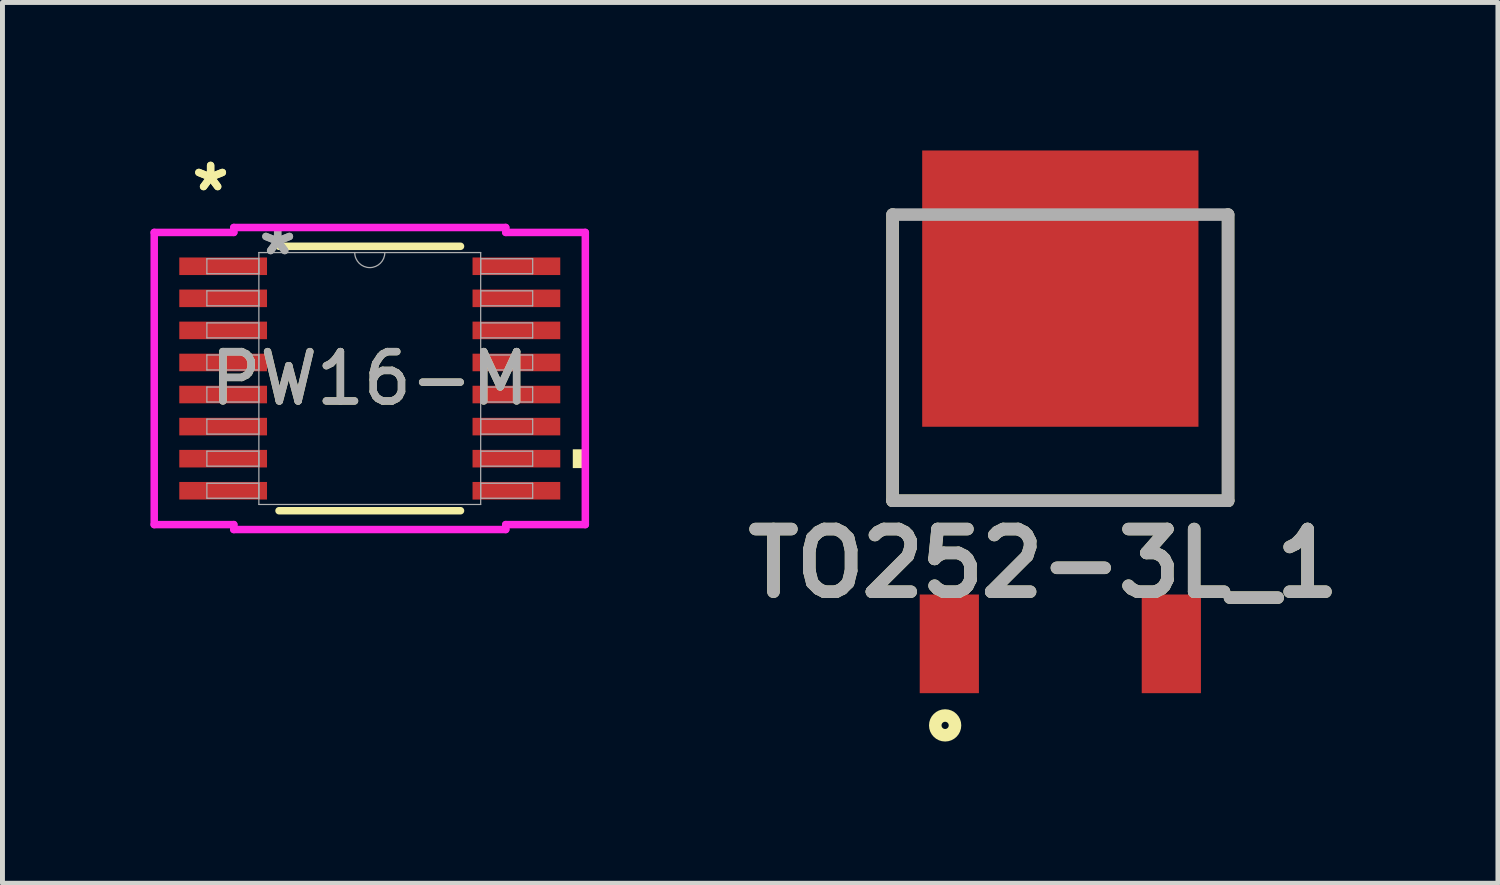
<source format=kicad_pcb>
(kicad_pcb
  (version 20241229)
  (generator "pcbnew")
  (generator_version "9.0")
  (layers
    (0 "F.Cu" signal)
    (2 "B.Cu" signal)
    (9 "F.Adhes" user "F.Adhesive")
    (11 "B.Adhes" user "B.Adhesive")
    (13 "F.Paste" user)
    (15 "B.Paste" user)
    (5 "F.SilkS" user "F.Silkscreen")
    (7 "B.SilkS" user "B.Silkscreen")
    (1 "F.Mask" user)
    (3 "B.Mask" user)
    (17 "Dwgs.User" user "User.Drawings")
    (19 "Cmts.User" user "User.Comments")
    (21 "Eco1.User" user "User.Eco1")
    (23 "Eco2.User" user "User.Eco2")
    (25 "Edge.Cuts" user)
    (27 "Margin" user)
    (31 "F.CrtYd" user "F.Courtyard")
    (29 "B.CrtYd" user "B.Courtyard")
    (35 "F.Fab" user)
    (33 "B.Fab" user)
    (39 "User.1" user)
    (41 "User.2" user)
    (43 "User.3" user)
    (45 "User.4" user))
  (footprint "TO252-3L_1"
    (layer "F.Cu")
    (at 18.442 1.3)
    (property "Reference" "TO252-3L_1" (at -0.341 7.069 0) (layer "F.SilkS") (effects (font (size 1.27 1.27) (thickness 0.254))))
    (attr smd)
    (fp_line (start -3.4 0) (end -3.4 5.8) (stroke (width 0.254) (type solid)) (layer "F.SilkS"))
    (fp_line (start -3.4 5.8) (end 3.4 5.8) (stroke (width 0.254) (type solid)) (layer "F.SilkS"))
    (fp_line (start 3.4 5.8) (end 3.4 0) (stroke (width 0.254) (type solid)) (layer "F.SilkS"))
    (fp_circle (center -2.335 10.353) (end -2.335 10.426) (stroke (width 0.254) (type solid)) (fill no) (layer "F.SilkS"))
    (fp_line (start -3.4 0) (end 3.4 0) (stroke (width 0.254) (type solid)) (layer "F.Fab"))
    (fp_line (start -3.4 5.8) (end -3.4 0) (stroke (width 0.254) (type solid)) (layer "F.Fab"))
    (fp_line (start 3.4 0) (end 3.4 5.8) (stroke (width 0.254) (type solid)) (layer "F.Fab"))
    (fp_line (start 3.4 5.8) (end -3.4 5.8) (stroke (width 0.254) (type solid)) (layer "F.Fab"))
    (fp_text user "${REFERENCE}" (at -0.341 7.069 0) (layer "F.Fab") (effects (font (size 1.27 1.27) (thickness 0.254))))
    (pad "1" smd rect (at -2.25 8.7) (size 1.2 2) (layers "F.Cu" "F.Mask" "F.Paste"))
    (pad "2" smd rect (at 2.25 8.7) (size 1.2 2) (layers "F.Cu" "F.Mask" "F.Paste"))
    (pad "3" smd rect (at 0 1.5 90) (size 5.6 5.6) (layers "F.Cu" "F.Mask" "F.Paste")))
  (footprint "PW16-M"
    (layer "F.Cu")
    (at 4.445 4.622)
    (property "Reference" "PW16-M" (at 0 0 0) (unlocked yes) (layer "F.SilkS") (effects (font (size 1 1) (thickness 0.15))))
    (attr smd)
    (fp_line (start -1.839 2.68) (end 1.839 2.68) (stroke (width 0.152) (type solid)) (layer "F.SilkS"))
    (fp_line (start 1.839 -2.68) (end -1.839 -2.68) (stroke (width 0.152) (type solid)) (layer "F.SilkS"))
    (fp_poly (pts (xy 4.369 1.435) (xy 4.369 1.816) (xy 4.115 1.816) (xy 4.115 1.435)) (stroke (width 0) (type solid)) (fill yes) (layer "F.SilkS"))
    (fp_line (start -4.369 -2.961) (end -2.756 -2.961) (stroke (width 0.152) (type solid)) (layer "F.CrtYd"))
    (fp_line (start -4.369 2.961) (end -4.369 -2.961) (stroke (width 0.152) (type solid)) (layer "F.CrtYd"))
    (fp_line (start -4.369 2.961) (end -2.756 2.961) (stroke (width 0.152) (type solid)) (layer "F.CrtYd"))
    (fp_line (start -2.756 -3.061) (end 2.756 -3.061) (stroke (width 0.152) (type solid)) (layer "F.CrtYd"))
    (fp_line (start -2.756 -2.961) (end -2.756 -3.061) (stroke (width 0.152) (type solid)) (layer "F.CrtYd"))
    (fp_line (start -2.756 3.061) (end -2.756 2.961) (stroke (width 0.152) (type solid)) (layer "F.CrtYd"))
    (fp_line (start 2.756 -3.061) (end 2.756 -2.961) (stroke (width 0.152) (type solid)) (layer "F.CrtYd"))
    (fp_line (start 2.756 2.961) (end 2.756 3.061) (stroke (width 0.152) (type solid)) (layer "F.CrtYd"))
    (fp_line (start 2.756 3.061) (end -2.756 3.061) (stroke (width 0.152) (type solid)) (layer "F.CrtYd"))
    (fp_line (start 4.369 -2.961) (end 2.756 -2.961) (stroke (width 0.152) (type solid)) (layer "F.CrtYd"))
    (fp_line (start 4.369 -2.961) (end 4.369 2.961) (stroke (width 0.152) (type solid)) (layer "F.CrtYd"))
    (fp_line (start 4.369 2.961) (end 2.756 2.961) (stroke (width 0.152) (type solid)) (layer "F.CrtYd"))
    (fp_line (start -3.302 -2.427) (end -3.302 -2.123) (stroke (width 0.025) (type solid)) (layer "F.Fab"))
    (fp_line (start -3.302 -2.123) (end -2.248 -2.123) (stroke (width 0.025) (type solid)) (layer "F.Fab"))
    (fp_line (start -3.302 -1.777) (end -3.302 -1.473) (stroke (width 0.025) (type solid)) (layer "F.Fab"))
    (fp_line (start -3.302 -1.473) (end -2.248 -1.473) (stroke (width 0.025) (type solid)) (layer "F.Fab"))
    (fp_line (start -3.302 -1.127) (end -3.302 -0.823) (stroke (width 0.025) (type solid)) (layer "F.Fab"))
    (fp_line (start -3.302 -0.823) (end -2.248 -0.823) (stroke (width 0.025) (type solid)) (layer "F.Fab"))
    (fp_line (start -3.302 -0.477) (end -3.302 -0.173) (stroke (width 0.025) (type solid)) (layer "F.Fab"))
    (fp_line (start -3.302 -0.173) (end -2.248 -0.173) (stroke (width 0.025) (type solid)) (layer "F.Fab"))
    (fp_line (start -3.302 0.173) (end -3.302 0.477) (stroke (width 0.025) (type solid)) (layer "F.Fab"))
    (fp_line (start -3.302 0.477) (end -2.248 0.477) (stroke (width 0.025) (type solid)) (layer "F.Fab"))
    (fp_line (start -3.302 0.823) (end -3.302 1.127) (stroke (width 0.025) (type solid)) (layer "F.Fab"))
    (fp_line (start -3.302 1.127) (end -2.248 1.127) (stroke (width 0.025) (type solid)) (layer "F.Fab"))
    (fp_line (start -3.302 1.473) (end -3.302 1.777) (stroke (width 0.025) (type solid)) (layer "F.Fab"))
    (fp_line (start -3.302 1.777) (end -2.248 1.777) (stroke (width 0.025) (type solid)) (layer "F.Fab"))
    (fp_line (start -3.302 2.123) (end -3.302 2.427) (stroke (width 0.025) (type solid)) (layer "F.Fab"))
    (fp_line (start -3.302 2.427) (end -2.248 2.427) (stroke (width 0.025) (type solid)) (layer "F.Fab"))
    (fp_line (start -2.248 -2.553) (end -2.248 2.553) (stroke (width 0.025) (type solid)) (layer "F.Fab"))
    (fp_line (start -2.248 -2.427) (end -3.302 -2.427) (stroke (width 0.025) (type solid)) (layer "F.Fab"))
    (fp_line (start -2.248 -2.123) (end -2.248 -2.427) (stroke (width 0.025) (type solid)) (layer "F.Fab"))
    (fp_line (start -2.248 -1.777) (end -3.302 -1.777) (stroke (width 0.025) (type solid)) (layer "F.Fab"))
    (fp_line (start -2.248 -1.473) (end -2.248 -1.777) (stroke (width 0.025) (type solid)) (layer "F.Fab"))
    (fp_line (start -2.248 -1.127) (end -3.302 -1.127) (stroke (width 0.025) (type solid)) (layer "F.Fab"))
    (fp_line (start -2.248 -0.823) (end -2.248 -1.127) (stroke (width 0.025) (type solid)) (layer "F.Fab"))
    (fp_line (start -2.248 -0.477) (end -3.302 -0.477) (stroke (width 0.025) (type solid)) (layer "F.Fab"))
    (fp_line (start -2.248 -0.173) (end -2.248 -0.477) (stroke (width 0.025) (type solid)) (layer "F.Fab"))
    (fp_line (start -2.248 0.173) (end -3.302 0.173) (stroke (width 0.025) (type solid)) (layer "F.Fab"))
    (fp_line (start -2.248 0.477) (end -2.248 0.173) (stroke (width 0.025) (type solid)) (layer "F.Fab"))
    (fp_line (start -2.248 0.823) (end -3.302 0.823) (stroke (width 0.025) (type solid)) (layer "F.Fab"))
    (fp_line (start -2.248 1.127) (end -2.248 0.823) (stroke (width 0.025) (type solid)) (layer "F.Fab"))
    (fp_line (start -2.248 1.473) (end -3.302 1.473) (stroke (width 0.025) (type solid)) (layer "F.Fab"))
    (fp_line (start -2.248 1.777) (end -2.248 1.473) (stroke (width 0.025) (type solid)) (layer "F.Fab"))
    (fp_line (start -2.248 2.123) (end -3.302 2.123) (stroke (width 0.025) (type solid)) (layer "F.Fab"))
    (fp_line (start -2.248 2.427) (end -2.248 2.123) (stroke (width 0.025) (type solid)) (layer "F.Fab"))
    (fp_line (start -2.248 2.553) (end 2.248 2.553) (stroke (width 0.025) (type solid)) (layer "F.Fab"))
    (fp_line (start 2.248 -2.553) (end -2.248 -2.553) (stroke (width 0.025) (type solid)) (layer "F.Fab"))
    (fp_line (start 2.248 -2.427) (end 2.248 -2.123) (stroke (width 0.025) (type solid)) (layer "F.Fab"))
    (fp_line (start 2.248 -2.123) (end 3.302 -2.123) (stroke (width 0.025) (type solid)) (layer "F.Fab"))
    (fp_line (start 2.248 -1.777) (end 2.248 -1.473) (stroke (width 0.025) (type solid)) (layer "F.Fab"))
    (fp_line (start 2.248 -1.473) (end 3.302 -1.473) (stroke (width 0.025) (type solid)) (layer "F.Fab"))
    (fp_line (start 2.248 -1.127) (end 2.248 -0.823) (stroke (width 0.025) (type solid)) (layer "F.Fab"))
    (fp_line (start 2.248 -0.823) (end 3.302 -0.823) (stroke (width 0.025) (type solid)) (layer "F.Fab"))
    (fp_line (start 2.248 -0.477) (end 2.248 -0.173) (stroke (width 0.025) (type solid)) (layer "F.Fab"))
    (fp_line (start 2.248 -0.173) (end 3.302 -0.173) (stroke (width 0.025) (type solid)) (layer "F.Fab"))
    (fp_line (start 2.248 0.173) (end 2.248 0.477) (stroke (width 0.025) (type solid)) (layer "F.Fab"))
    (fp_line (start 2.248 0.477) (end 3.302 0.477) (stroke (width 0.025) (type solid)) (layer "F.Fab"))
    (fp_line (start 2.248 0.823) (end 2.248 1.127) (stroke (width 0.025) (type solid)) (layer "F.Fab"))
    (fp_line (start 2.248 1.127) (end 3.302 1.127) (stroke (width 0.025) (type solid)) (layer "F.Fab"))
    (fp_line (start 2.248 1.473) (end 2.248 1.777) (stroke (width 0.025) (type solid)) (layer "F.Fab"))
    (fp_line (start 2.248 1.777) (end 3.302 1.777) (stroke (width 0.025) (type solid)) (layer "F.Fab"))
    (fp_line (start 2.248 2.123) (end 2.248 2.427) (stroke (width 0.025) (type solid)) (layer "F.Fab"))
    (fp_line (start 2.248 2.427) (end 3.302 2.427) (stroke (width 0.025) (type solid)) (layer "F.Fab"))
    (fp_line (start 2.248 2.553) (end 2.248 -2.553) (stroke (width 0.025) (type solid)) (layer "F.Fab"))
    (fp_line (start 3.302 -2.427) (end 2.248 -2.427) (stroke (width 0.025) (type solid)) (layer "F.Fab"))
    (fp_line (start 3.302 -2.123) (end 3.302 -2.427) (stroke (width 0.025) (type solid)) (layer "F.Fab"))
    (fp_line (start 3.302 -1.777) (end 2.248 -1.777) (stroke (width 0.025) (type solid)) (layer "F.Fab"))
    (fp_line (start 3.302 -1.473) (end 3.302 -1.777) (stroke (width 0.025) (type solid)) (layer "F.Fab"))
    (fp_line (start 3.302 -1.127) (end 2.248 -1.127) (stroke (width 0.025) (type solid)) (layer "F.Fab"))
    (fp_line (start 3.302 -0.823) (end 3.302 -1.127) (stroke (width 0.025) (type solid)) (layer "F.Fab"))
    (fp_line (start 3.302 -0.477) (end 2.248 -0.477) (stroke (width 0.025) (type solid)) (layer "F.Fab"))
    (fp_line (start 3.302 -0.173) (end 3.302 -0.477) (stroke (width 0.025) (type solid)) (layer "F.Fab"))
    (fp_line (start 3.302 0.173) (end 2.248 0.173) (stroke (width 0.025) (type solid)) (layer "F.Fab"))
    (fp_line (start 3.302 0.477) (end 3.302 0.173) (stroke (width 0.025) (type solid)) (layer "F.Fab"))
    (fp_line (start 3.302 0.823) (end 2.248 0.823) (stroke (width 0.025) (type solid)) (layer "F.Fab"))
    (fp_line (start 3.302 1.127) (end 3.302 0.823) (stroke (width 0.025) (type solid)) (layer "F.Fab"))
    (fp_line (start 3.302 1.473) (end 2.248 1.473) (stroke (width 0.025) (type solid)) (layer "F.Fab"))
    (fp_line (start 3.302 1.777) (end 3.302 1.473) (stroke (width 0.025) (type solid)) (layer "F.Fab"))
    (fp_line (start 3.302 2.123) (end 2.248 2.123) (stroke (width 0.025) (type solid)) (layer "F.Fab"))
    (fp_line (start 3.302 2.427) (end 3.302 2.123) (stroke (width 0.025) (type solid)) (layer "F.Fab"))
    (fp_arc (start 0.3048 -2.5527) (mid 0 -2.2479) (end -0.3048 -2.5527) (stroke (width 0.0254) (type solid)) (layer "F.Fab"))
    (fp_text user "*" (at -3.226 -3.774 0) (unlocked yes) (layer "F.SilkS") (effects (font (size 1 1) (thickness 0.15))))
    (fp_text user "*" (at -3.226 -3.774 0) (layer "F.SilkS") (effects (font (size 1 1) (thickness 0.15))))
    (fp_text user "*" (at -1.867 -2.477 0) (unlocked yes) (layer "F.Fab") (effects (font (size 1 1) (thickness 0.15))))
    (fp_text user "*" (at -1.867 -2.477 0) (layer "F.Fab") (effects (font (size 1 1) (thickness 0.15))))
    (fp_text user "${REFERENCE}" (at 0 0 0) (unlocked yes) (layer "F.Fab") (effects (font (size 1 1) (thickness 0.15))))
    (pad "1" smd rect (at -2.972 -2.275) (size 1.778 0.356) (layers "F.Cu" "F.Mask" "F.Paste"))
    (pad "2" smd rect (at -2.972 -1.625) (size 1.778 0.356) (layers "F.Cu" "F.Mask" "F.Paste"))
    (pad "3" smd rect (at -2.972 -0.975) (size 1.778 0.356) (layers "F.Cu" "F.Mask" "F.Paste"))
    (pad "4" smd rect (at -2.972 -0.325) (size 1.778 0.356) (layers "F.Cu" "F.Mask" "F.Paste"))
    (pad "5" smd rect (at -2.972 0.325) (size 1.778 0.356) (layers "F.Cu" "F.Mask" "F.Paste"))
    (pad "6" smd rect (at -2.972 0.975) (size 1.778 0.356) (layers "F.Cu" "F.Mask" "F.Paste"))
    (pad "7" smd rect (at -2.972 1.625) (size 1.778 0.356) (layers "F.Cu" "F.Mask" "F.Paste"))
    (pad "8" smd rect (at -2.972 2.275) (size 1.778 0.356) (layers "F.Cu" "F.Mask" "F.Paste"))
    (pad "9" smd rect (at 2.972 2.275) (size 1.778 0.356) (layers "F.Cu" "F.Mask" "F.Paste"))
    (pad "10" smd rect (at 2.972 1.625) (size 1.778 0.356) (layers "F.Cu" "F.Mask" "F.Paste"))
    (pad "11" smd rect (at 2.972 0.975) (size 1.778 0.356) (layers "F.Cu" "F.Mask" "F.Paste"))
    (pad "12" smd rect (at 2.972 0.325) (size 1.778 0.356) (layers "F.Cu" "F.Mask" "F.Paste"))
    (pad "13" smd rect (at 2.972 -0.325) (size 1.778 0.356) (layers "F.Cu" "F.Mask" "F.Paste"))
    (pad "14" smd rect (at 2.972 -0.975) (size 1.778 0.356) (layers "F.Cu" "F.Mask" "F.Paste"))
    (pad "15" smd rect (at 2.972 -1.625) (size 1.778 0.356) (layers "F.Cu" "F.Mask" "F.Paste"))
    (pad "16" smd rect (at 2.972 -2.275) (size 1.778 0.356) (layers "F.Cu" "F.Mask" "F.Paste")))
  (gr_rect
    (start -3 -3)
    (end 27.312 14.853)
    (stroke (width 0.1) (type default))
    (fill no)
    (layer "Edge.Cuts")))
</source>
